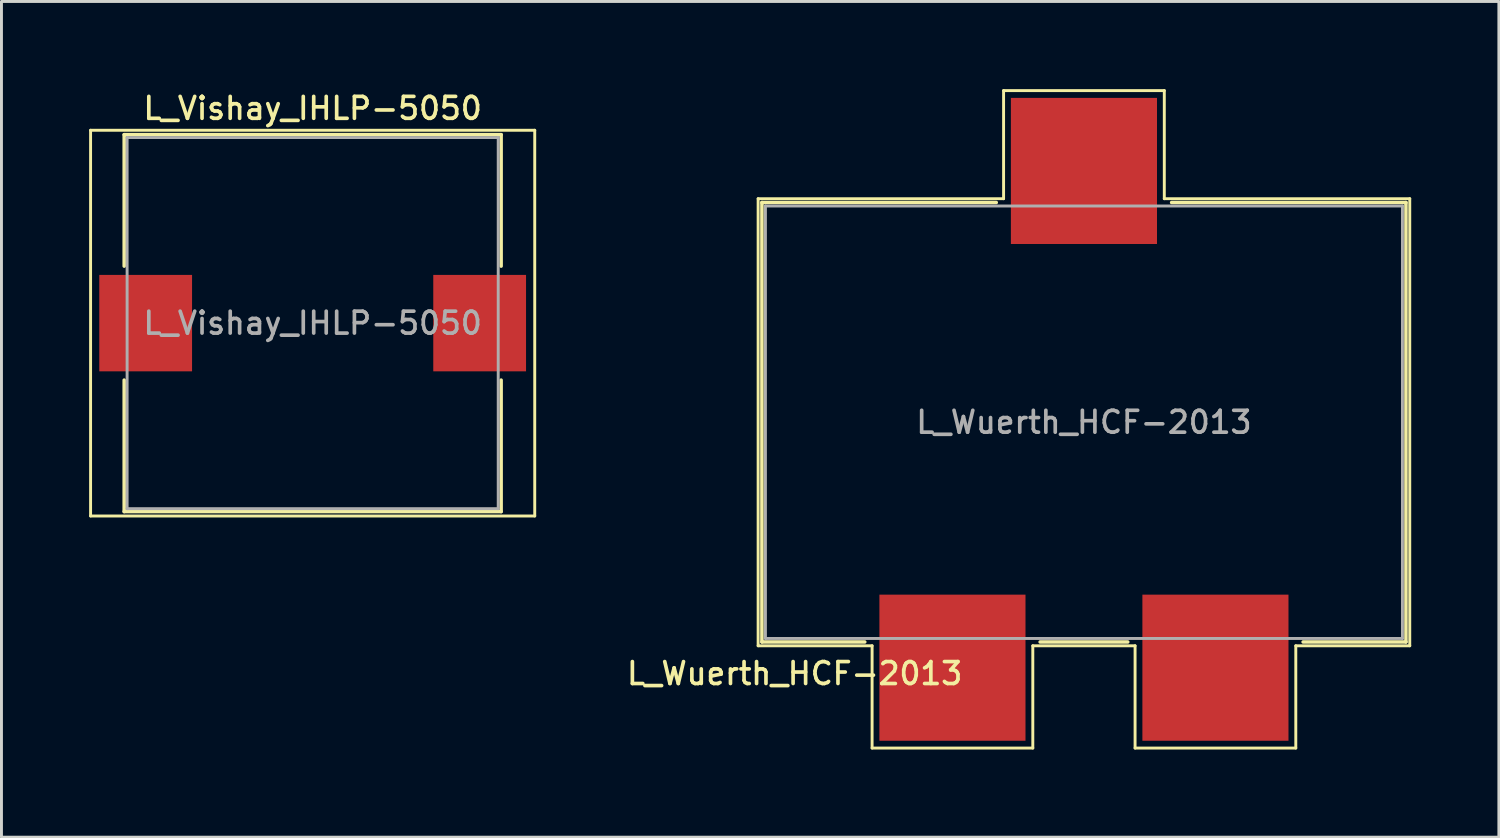
<source format=kicad_pcb>
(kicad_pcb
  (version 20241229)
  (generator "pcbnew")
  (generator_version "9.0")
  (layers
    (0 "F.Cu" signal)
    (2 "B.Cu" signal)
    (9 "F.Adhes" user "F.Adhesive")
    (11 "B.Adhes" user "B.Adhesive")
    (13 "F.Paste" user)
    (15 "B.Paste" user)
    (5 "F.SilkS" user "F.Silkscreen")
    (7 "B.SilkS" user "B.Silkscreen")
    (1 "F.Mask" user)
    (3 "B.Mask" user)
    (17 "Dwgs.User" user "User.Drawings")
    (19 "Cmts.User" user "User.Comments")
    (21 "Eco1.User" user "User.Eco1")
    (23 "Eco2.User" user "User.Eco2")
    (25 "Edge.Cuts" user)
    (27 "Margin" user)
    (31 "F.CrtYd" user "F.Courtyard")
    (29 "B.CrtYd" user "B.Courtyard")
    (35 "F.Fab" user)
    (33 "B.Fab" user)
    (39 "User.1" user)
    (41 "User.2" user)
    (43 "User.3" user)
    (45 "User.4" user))
  (footprint "L_Wuerth_HCF-2013"
    (layer "F.Cu")
    (at 34.045 11.4)
    (property "Reference" "L_Wuerth_HCF-2013" (at -9.9 8.6 0) (layer "F.SilkS") (effects (font (size 0.75 0.75) (thickness 0.125))))
    (attr smd)
    (fp_line (start -11.15 -7.65) (end -2.75 -7.65) (stroke (width 0.1) (type solid)) (layer "F.SilkS"))
    (fp_line (start -11.15 7.65) (end -11.15 -7.65) (stroke (width 0.1) (type solid)) (layer "F.SilkS"))
    (fp_line (start -11.02 -7.52) (end -3 -7.52) (stroke (width 0.12) (type solid)) (layer "F.SilkS"))
    (fp_line (start -11.02 7.52) (end -11.02 -7.52) (stroke (width 0.12) (type solid)) (layer "F.SilkS"))
    (fp_line (start -7.5 7.52) (end -11.02 7.52) (stroke (width 0.12) (type solid)) (layer "F.SilkS"))
    (fp_line (start -7.25 7.65) (end -11.15 7.65) (stroke (width 0.1) (type solid)) (layer "F.SilkS"))
    (fp_line (start -7.25 11.15) (end -7.25 7.65) (stroke (width 0.1) (type solid)) (layer "F.SilkS"))
    (fp_line (start -2.75 -11.35) (end 2.75 -11.35) (stroke (width 0.1) (type solid)) (layer "F.SilkS"))
    (fp_line (start -2.75 -7.65) (end -2.75 -11.35) (stroke (width 0.1) (type solid)) (layer "F.SilkS"))
    (fp_line (start -1.75 7.65) (end -1.75 11.15) (stroke (width 0.1) (type solid)) (layer "F.SilkS"))
    (fp_line (start -1.75 11.15) (end -7.25 11.15) (stroke (width 0.1) (type solid)) (layer "F.SilkS"))
    (fp_line (start 1.5 7.52) (end -1.5 7.52) (stroke (width 0.12) (type solid)) (layer "F.SilkS"))
    (fp_line (start 1.75 7.65) (end -1.75 7.65) (stroke (width 0.1) (type solid)) (layer "F.SilkS"))
    (fp_line (start 1.75 11.15) (end 1.75 7.65) (stroke (width 0.1) (type solid)) (layer "F.SilkS"))
    (fp_line (start 2.75 -11.35) (end 2.75 -7.65) (stroke (width 0.1) (type solid)) (layer "F.SilkS"))
    (fp_line (start 2.75 -7.65) (end 11.15 -7.65) (stroke (width 0.1) (type solid)) (layer "F.SilkS"))
    (fp_line (start 3 -7.52) (end 11.02 -7.52) (stroke (width 0.12) (type solid)) (layer "F.SilkS"))
    (fp_line (start 7.25 7.65) (end 7.25 11.15) (stroke (width 0.1) (type solid)) (layer "F.SilkS"))
    (fp_line (start 7.25 11.15) (end 1.75 11.15) (stroke (width 0.1) (type solid)) (layer "F.SilkS"))
    (fp_line (start 11.02 -7.52) (end 11.02 7.52) (stroke (width 0.12) (type solid)) (layer "F.SilkS"))
    (fp_line (start 11.02 7.52) (end 7.5 7.52) (stroke (width 0.12) (type solid)) (layer "F.SilkS"))
    (fp_line (start 11.15 -7.65) (end 11.15 7.65) (stroke (width 0.1) (type solid)) (layer "F.SilkS"))
    (fp_line (start 11.15 7.65) (end 7.25 7.65) (stroke (width 0.1) (type solid)) (layer "F.SilkS"))
    (fp_line (start -10.9 -7.4) (end 10.9 -7.4) (stroke (width 0.1) (type solid)) (layer "F.Fab"))
    (fp_line (start -10.9 7.4) (end -10.9 -7.4) (stroke (width 0.1) (type solid)) (layer "F.Fab"))
    (fp_line (start 10.9 -7.4) (end 10.9 7.4) (stroke (width 0.1) (type solid)) (layer "F.Fab"))
    (fp_line (start 10.9 7.4) (end -10.9 7.4) (stroke (width 0.1) (type solid)) (layer "F.Fab"))
    (fp_text user "${REFERENCE}" (at 0 0 0) (layer "F.Fab") (effects (font (size 0.75 0.75) (thickness 0.125))))
    (pad "" smd rect (at 0 -8.6) (size 5 5) (layers "F.Cu" "F.Mask" "F.Paste"))
    (pad "1" smd rect (at -4.5 8.4) (size 5 5) (layers "F.Cu" "F.Mask" "F.Paste"))
    (pad "2" smd rect (at 4.5 8.4) (size 5 5) (layers "F.Cu" "F.Mask" "F.Paste")))
  (footprint "L_Vishay_IHLP-5050"
    (layer "F.Cu")
    (at 7.65 8.008)
    (property "Reference" "L_Vishay_IHLP-5050" (at 0 -7.35 0) (layer "F.SilkS") (effects (font (size 0.75 0.75) (thickness 0.125))))
    (attr smd)
    (fp_line (start -7.6 -6.6) (end -7.6 6.6) (stroke (width 0.1) (type solid)) (layer "F.SilkS"))
    (fp_line (start -7.6 6.6) (end 7.6 6.6) (stroke (width 0.1) (type solid)) (layer "F.SilkS"))
    (fp_line (start -6.45 -6.45) (end 6.45 -6.45) (stroke (width 0.12) (type solid)) (layer "F.SilkS"))
    (fp_line (start -6.45 -1.95) (end -6.45 -6.45) (stroke (width 0.12) (type solid)) (layer "F.SilkS"))
    (fp_line (start -6.45 1.95) (end -6.45 6.45) (stroke (width 0.12) (type solid)) (layer "F.SilkS"))
    (fp_line (start -6.45 6.45) (end 6.45 6.45) (stroke (width 0.12) (type solid)) (layer "F.SilkS"))
    (fp_line (start 6.45 -6.45) (end 6.45 -1.95) (stroke (width 0.12) (type solid)) (layer "F.SilkS"))
    (fp_line (start 6.45 6.45) (end 6.45 1.95) (stroke (width 0.12) (type solid)) (layer "F.SilkS"))
    (fp_line (start 7.6 -6.6) (end -7.6 -6.6) (stroke (width 0.1) (type solid)) (layer "F.SilkS"))
    (fp_line (start 7.6 6.6) (end 7.6 -6.6) (stroke (width 0.1) (type solid)) (layer "F.SilkS"))
    (fp_line (start -6.35 -6.35) (end -6.35 6.35) (stroke (width 0.1) (type solid)) (layer "F.Fab"))
    (fp_line (start -6.35 6.35) (end 6.35 6.35) (stroke (width 0.1) (type solid)) (layer "F.Fab"))
    (fp_line (start 6.35 -6.35) (end -6.35 -6.35) (stroke (width 0.1) (type solid)) (layer "F.Fab"))
    (fp_line (start 6.35 6.35) (end 6.35 -6.35) (stroke (width 0.1) (type solid)) (layer "F.Fab"))
    (fp_text user "${REFERENCE}" (at 0 0 0) (layer "F.Fab") (effects (font (size 0.75 0.75) (thickness 0.125))))
    (pad "1" smd rect (at -5.715 0) (size 3.175 3.3) (layers "F.Cu" "F.Mask" "F.Paste"))
    (pad "2" smd rect (at 5.715 0) (size 3.175 3.3) (layers "F.Cu" "F.Mask" "F.Paste")))
  (gr_rect
    (start -3 -3)
    (end 48.245 25.6)
    (stroke (width 0.1) (type default))
    (fill no)
    (layer "Edge.Cuts")))
</source>
